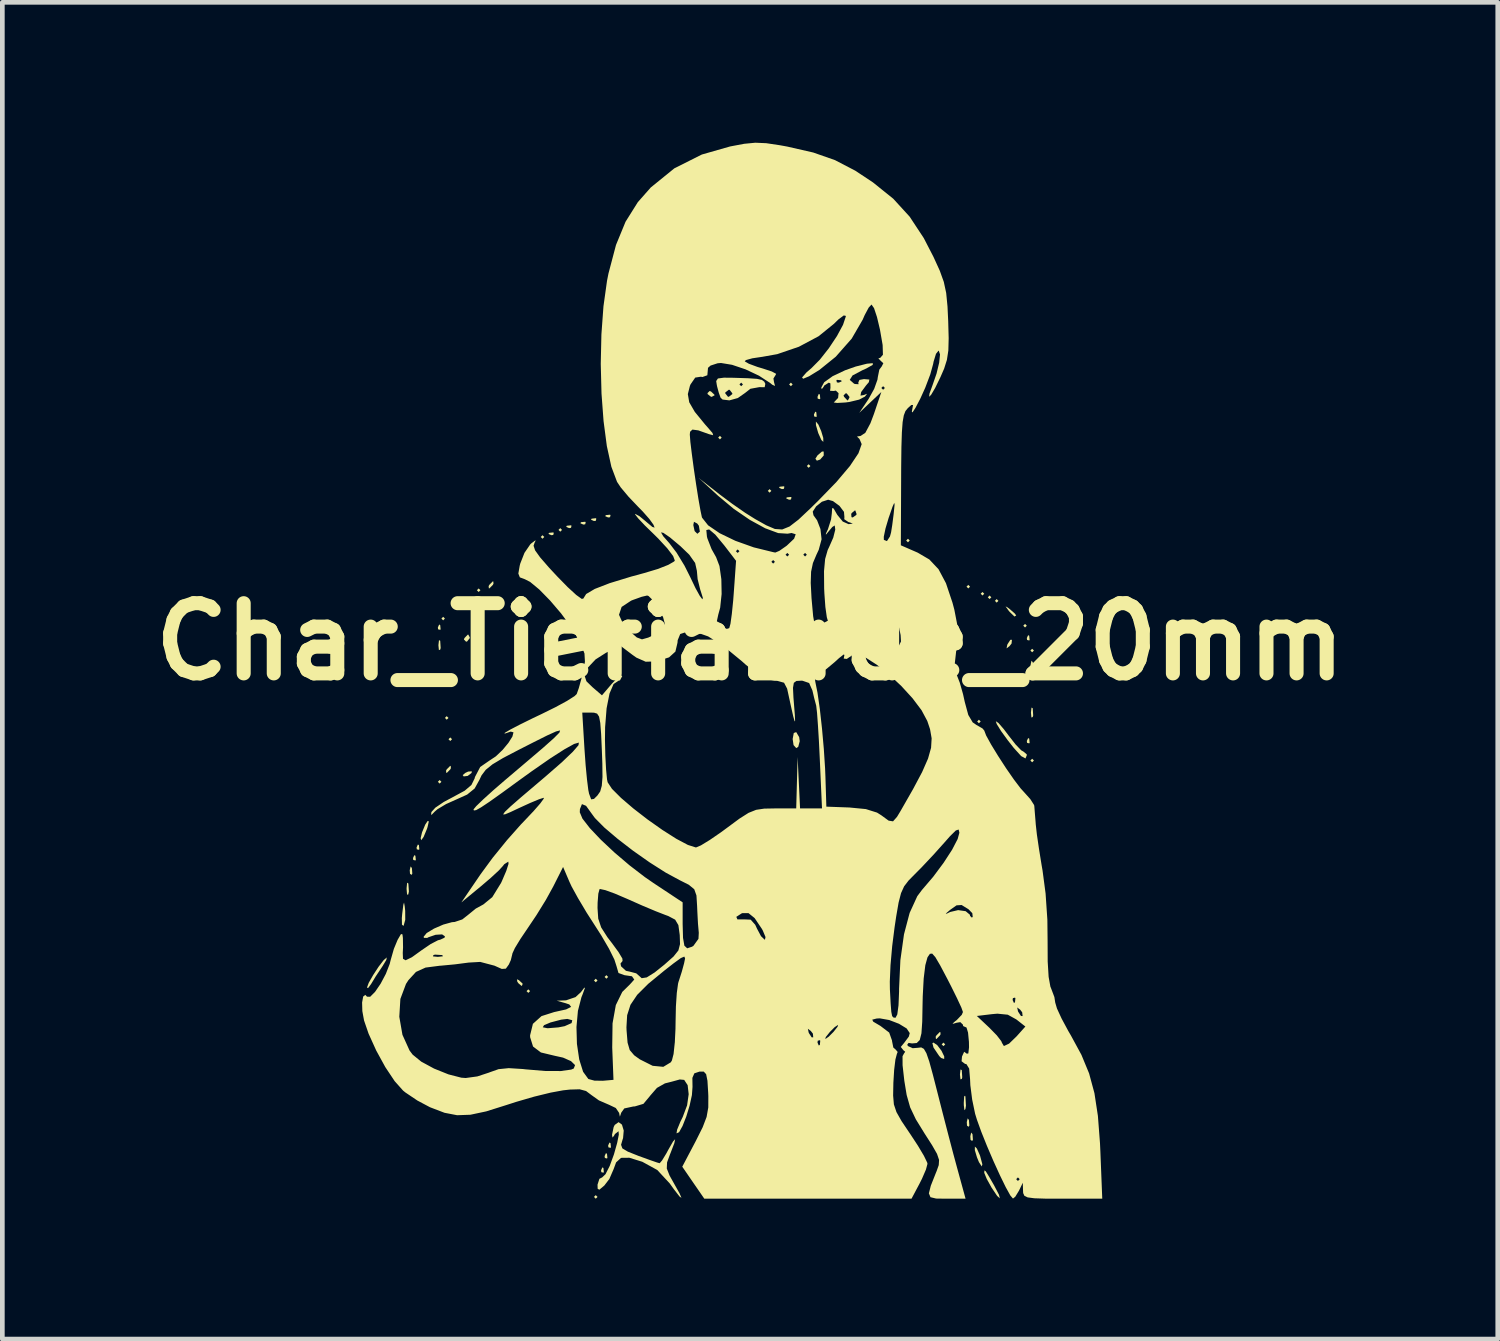
<source format=kicad_pcb>
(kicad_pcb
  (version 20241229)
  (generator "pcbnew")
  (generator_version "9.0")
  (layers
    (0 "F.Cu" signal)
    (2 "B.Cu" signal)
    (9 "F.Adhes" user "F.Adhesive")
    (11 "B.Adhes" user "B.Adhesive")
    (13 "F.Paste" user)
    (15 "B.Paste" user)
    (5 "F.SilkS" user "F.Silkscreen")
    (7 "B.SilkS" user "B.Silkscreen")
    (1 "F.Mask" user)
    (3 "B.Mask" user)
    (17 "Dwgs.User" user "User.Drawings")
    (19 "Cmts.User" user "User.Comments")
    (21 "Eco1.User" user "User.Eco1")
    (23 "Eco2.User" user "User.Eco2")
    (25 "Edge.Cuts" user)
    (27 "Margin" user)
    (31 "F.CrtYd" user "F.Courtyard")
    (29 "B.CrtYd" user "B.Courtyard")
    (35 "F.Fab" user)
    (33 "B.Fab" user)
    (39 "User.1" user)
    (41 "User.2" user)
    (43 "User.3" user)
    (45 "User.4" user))
  (footprint "Char_TieriaErde_20mm"
    (layer "F.Cu")
    (at 12.979 10.662)
    (property "Reference" "Char_TieriaErde_20mm" (at 0 0 0) (layer "F.SilkS") (effects (font (size 1.5 1.5) (thickness 0.3))))
    (attr board_only exclude_from_pos_files exclude_from_bom)
    (fp_poly (pts (xy -6.596 2.995) (xy -6.634 3.033) (xy -6.672 2.995) (xy -6.634 2.957)) (stroke (width 0) (type solid)) (fill yes) (layer "F.SilkS"))
    (fp_poly (pts (xy -6.521 -0.493) (xy -6.559 -0.455) (xy -6.596 -0.493) (xy -6.559 -0.531)) (stroke (width 0) (type solid)) (fill yes) (layer "F.SilkS"))
    (fp_poly (pts (xy -6.445 1.63) (xy -6.483 1.668) (xy -6.521 1.63) (xy -6.483 1.592)) (stroke (width 0) (type solid)) (fill yes) (layer "F.SilkS"))
    (fp_poly (pts (xy -6.369 2.085) (xy -6.407 2.123) (xy -6.445 2.085) (xy -6.407 2.047)) (stroke (width 0) (type solid)) (fill yes) (layer "F.SilkS"))
    (fp_poly (pts (xy -5.762 -1.099) (xy -5.8 -1.061) (xy -5.838 -1.099) (xy -5.8 -1.137)) (stroke (width 0) (type solid)) (fill yes) (layer "F.SilkS"))
    (fp_poly (pts (xy -4.701 7.468) (xy -4.739 7.506) (xy -4.777 7.468) (xy -4.739 7.43)) (stroke (width 0) (type solid)) (fill yes) (layer "F.SilkS"))
    (fp_poly (pts (xy -4.398 -2.237) (xy -4.436 -2.199) (xy -4.473 -2.237) (xy -4.436 -2.275)) (stroke (width 0) (type solid)) (fill yes) (layer "F.SilkS"))
    (fp_poly (pts (xy -4.019 -2.388) (xy -4.056 -2.35) (xy -4.094 -2.388) (xy -4.056 -2.426)) (stroke (width 0) (type solid)) (fill yes) (layer "F.SilkS"))
    (fp_poly (pts (xy -3.26 7.241) (xy -3.298 7.279) (xy -3.336 7.241) (xy -3.298 7.203)) (stroke (width 0) (type solid)) (fill yes) (layer "F.SilkS"))
    (fp_poly (pts (xy -3.26 11.866) (xy -3.298 11.904) (xy -3.336 11.866) (xy -3.298 11.828)) (stroke (width 0) (type solid)) (fill yes) (layer "F.SilkS"))
    (fp_poly (pts (xy -3.033 7.165) (xy -3.071 7.203) (xy -3.109 7.165) (xy -3.071 7.127)) (stroke (width 0) (type solid)) (fill yes) (layer "F.SilkS"))
    (fp_poly (pts (xy -0.607 -4.36) (xy -0.644 -4.322) (xy -0.682 -4.36) (xy -0.644 -4.398)) (stroke (width 0) (type solid)) (fill yes) (layer "F.SilkS"))
    (fp_poly (pts (xy 0.455 -3.222) (xy 0.417 -3.184) (xy 0.379 -3.222) (xy 0.417 -3.26)) (stroke (width 0) (type solid)) (fill yes) (layer "F.SilkS"))
    (fp_poly (pts (xy 0.91 -5.497) (xy 0.872 -5.459) (xy 0.834 -5.497) (xy 0.872 -5.535)) (stroke (width 0) (type solid)) (fill yes) (layer "F.SilkS"))
    (fp_poly (pts (xy 1.289 -3.753) (xy 1.251 -3.715) (xy 1.213 -3.753) (xy 1.251 -3.791)) (stroke (width 0) (type solid)) (fill yes) (layer "F.SilkS"))
    (fp_poly (pts (xy 3.412 -2.161) (xy 3.374 -2.123) (xy 3.336 -2.161) (xy 3.374 -2.199)) (stroke (width 0) (type solid)) (fill yes) (layer "F.SilkS"))
    (fp_poly (pts (xy 4.17 8.606) (xy 4.132 8.644) (xy 4.094 8.606) (xy 4.132 8.568)) (stroke (width 0) (type solid)) (fill yes) (layer "F.SilkS"))
    (fp_poly (pts (xy 4.701 -1.175) (xy 4.663 -1.137) (xy 4.625 -1.175) (xy 4.663 -1.213)) (stroke (width 0) (type solid)) (fill yes) (layer "F.SilkS"))
    (fp_poly (pts (xy 4.928 1.706) (xy 4.89 1.744) (xy 4.853 1.706) (xy 4.89 1.668)) (stroke (width 0) (type solid)) (fill yes) (layer "F.SilkS"))
    (fp_poly (pts (xy 5.004 -1.024) (xy 4.966 -0.986) (xy 4.928 -1.024) (xy 4.966 -1.061)) (stroke (width 0) (type solid)) (fill yes) (layer "F.SilkS"))
    (fp_poly (pts (xy 5.156 -0.948) (xy 5.118 -0.91) (xy 5.08 -0.948) (xy 5.118 -0.986)) (stroke (width 0) (type solid)) (fill yes) (layer "F.SilkS"))
    (fp_poly (pts (xy 5.307 -0.872) (xy 5.27 -0.834) (xy 5.232 -0.872) (xy 5.27 -0.91)) (stroke (width 0) (type solid)) (fill yes) (layer "F.SilkS"))
    (fp_poly (pts (xy 5.914 -0.341) (xy 5.876 -0.303) (xy 5.838 -0.341) (xy 5.876 -0.379)) (stroke (width 0) (type solid)) (fill yes) (layer "F.SilkS"))
    (fp_poly (pts (xy 6.066 0.19) (xy 6.028 0.227) (xy 5.99 0.19) (xy 6.028 0.152)) (stroke (width 0) (type solid)) (fill yes) (layer "F.SilkS"))
    (fp_poly (pts (xy 6.066 2.54) (xy 6.028 2.578) (xy 5.99 2.54) (xy 6.028 2.502)) (stroke (width 0) (type solid)) (fill yes) (layer "F.SilkS"))
    (fp_poly (pts (xy -7.227 4.838) (xy -7.218 4.957) (xy -7.233 4.984) (xy -7.267 4.961) (xy -7.273 4.884) (xy -7.254 4.803)) (stroke (width 0) (type solid)) (fill yes) (layer "F.SilkS"))
    (fp_poly (pts (xy -7.152 4.575) (xy -7.143 4.665) (xy -7.152 4.676) (xy -7.198 4.665) (xy -7.203 4.625) (xy -7.175 4.563)) (stroke (width 0) (type solid)) (fill yes) (layer "F.SilkS"))
    (fp_poly (pts (xy -7.077 4.347) (xy -7.068 4.437) (xy -7.077 4.448) (xy -7.122 4.438) (xy -7.127 4.398) (xy -7.099 4.335)) (stroke (width 0) (type solid)) (fill yes) (layer "F.SilkS"))
    (fp_poly (pts (xy -6.622 -0.019) (xy -6.612 0.136) (xy -6.622 0.171) (xy -6.65 0.18) (xy -6.66 0.076) (xy -6.648 -0.032)) (stroke (width 0) (type solid)) (fill yes) (layer "F.SilkS"))
    (fp_poly (pts (xy -6.622 -0.354) (xy -6.613 -0.264) (xy -6.622 -0.253) (xy -6.667 -0.263) (xy -6.672 -0.303) (xy -6.644 -0.366)) (stroke (width 0) (type solid)) (fill yes) (layer "F.SilkS"))
    (fp_poly (pts (xy -4.195 -2.325) (xy -4.206 -2.28) (xy -4.246 -2.275) (xy -4.308 -2.302) (xy -4.297 -2.325) (xy -4.207 -2.334)) (stroke (width 0) (type solid)) (fill yes) (layer "F.SilkS"))
    (fp_poly (pts (xy -3.816 -2.477) (xy -3.827 -2.432) (xy -3.867 -2.426) (xy -3.929 -2.454) (xy -3.917 -2.477) (xy -3.827 -2.486)) (stroke (width 0) (type solid)) (fill yes) (layer "F.SilkS"))
    (fp_poly (pts (xy -3.513 -2.553) (xy -3.523 -2.508) (xy -3.564 -2.502) (xy -3.626 -2.53) (xy -3.614 -2.553) (xy -3.524 -2.562)) (stroke (width 0) (type solid)) (fill yes) (layer "F.SilkS"))
    (fp_poly (pts (xy -3.286 -2.628) (xy -3.296 -2.583) (xy -3.336 -2.578) (xy -3.399 -2.606) (xy -3.387 -2.628) (xy -3.297 -2.638)) (stroke (width 0) (type solid)) (fill yes) (layer "F.SilkS"))
    (fp_poly (pts (xy -3.134 11.247) (xy -3.125 11.337) (xy -3.134 11.348) (xy -3.179 11.337) (xy -3.184 11.297) (xy -3.157 11.235)) (stroke (width 0) (type solid)) (fill yes) (layer "F.SilkS"))
    (fp_poly (pts (xy -3.058 10.943) (xy -3.049 11.033) (xy -3.058 11.045) (xy -3.103 11.034) (xy -3.109 10.994) (xy -3.081 10.932)) (stroke (width 0) (type solid)) (fill yes) (layer "F.SilkS"))
    (fp_poly (pts (xy -2.982 -2.704) (xy -2.993 -2.659) (xy -3.033 -2.654) (xy -3.095 -2.681) (xy -3.083 -2.704) (xy -2.993 -2.713)) (stroke (width 0) (type solid)) (fill yes) (layer "F.SilkS"))
    (fp_poly (pts (xy -2.982 10.716) (xy -2.973 10.806) (xy -2.982 10.817) (xy -3.027 10.807) (xy -3.033 10.767) (xy -3.005 10.704)) (stroke (width 0) (type solid)) (fill yes) (layer "F.SilkS"))
    (fp_poly (pts (xy 0.733 -3.311) (xy 0.723 -3.266) (xy 0.682 -3.26) (xy 0.62 -3.288) (xy 0.632 -3.311) (xy 0.722 -3.32)) (stroke (width 0) (type solid)) (fill yes) (layer "F.SilkS"))
    (fp_poly (pts (xy 0.885 -3.083) (xy 0.874 -3.038) (xy 0.834 -3.033) (xy 0.772 -3.061) (xy 0.783 -3.083) (xy 0.873 -3.092)) (stroke (width 0) (type solid)) (fill yes) (layer "F.SilkS"))
    (fp_poly (pts (xy 1.415 -4.903) (xy 1.424 -4.813) (xy 1.415 -4.802) (xy 1.37 -4.812) (xy 1.365 -4.853) (xy 1.393 -4.915)) (stroke (width 0) (type solid)) (fill yes) (layer "F.SilkS"))
    (fp_poly (pts (xy 1.491 -5.282) (xy 1.5 -5.192) (xy 1.491 -5.181) (xy 1.446 -5.192) (xy 1.441 -5.232) (xy 1.468 -5.294)) (stroke (width 0) (type solid)) (fill yes) (layer "F.SilkS"))
    (fp_poly (pts (xy 4.524 9.155) (xy 4.534 9.311) (xy 4.524 9.345) (xy 4.496 9.354) (xy 4.485 9.25) (xy 4.497 9.143)) (stroke (width 0) (type solid)) (fill yes) (layer "F.SilkS"))
    (fp_poly (pts (xy 4.677 10.222) (xy 4.686 10.34) (xy 4.671 10.367) (xy 4.636 10.344) (xy 4.631 10.267) (xy 4.65 10.187)) (stroke (width 0) (type solid)) (fill yes) (layer "F.SilkS"))
    (fp_poly (pts (xy 4.753 10.525) (xy 4.762 10.643) (xy 4.747 10.67) (xy 4.712 10.648) (xy 4.707 10.571) (xy 4.725 10.49)) (stroke (width 0) (type solid)) (fill yes) (layer "F.SilkS"))
    (fp_poly (pts (xy 5.965 -0.126) (xy 5.974 -0.036) (xy 5.965 -0.025) (xy 5.92 -0.036) (xy 5.914 -0.076) (xy 5.942 -0.138)) (stroke (width 0) (type solid)) (fill yes) (layer "F.SilkS"))
    (fp_poly (pts (xy 5.965 2.072) (xy 5.974 2.162) (xy 5.965 2.174) (xy 5.92 2.163) (xy 5.914 2.123) (xy 5.942 2.061)) (stroke (width 0) (type solid)) (fill yes) (layer "F.SilkS"))
    (fp_poly (pts (xy 6.04 1.422) (xy 6.05 1.577) (xy 6.04 1.611) (xy 6.012 1.621) (xy 6.002 1.516) (xy 6.014 1.409)) (stroke (width 0) (type solid)) (fill yes) (layer "F.SilkS"))
    (fp_poly (pts (xy 6.042 0.441) (xy 6.051 0.559) (xy 6.036 0.586) (xy 6.001 0.563) (xy 5.996 0.487) (xy 6.014 0.406)) (stroke (width 0) (type solid)) (fill yes) (layer "F.SilkS"))
    (fp_poly (pts (xy -5.952 2.806) (xy -6.034 2.869) (xy -6.12 2.88) (xy -6.141 2.851) (xy -6.082 2.803) (xy -6.024 2.776) (xy -5.946 2.771)) (stroke (width 0) (type solid)) (fill yes) (layer "F.SilkS"))
    (fp_poly (pts (xy -4.94 7.234) (xy -4.859 7.31) (xy -4.875 7.354) (xy -4.886 7.355) (xy -4.95 7.301) (xy -4.974 7.267) (xy -4.982 7.215)) (stroke (width 0) (type solid)) (fill yes) (layer "F.SilkS"))
    (fp_poly (pts (xy 1.574 -3.979) (xy 1.498 -3.892) (xy 1.427 -3.867) (xy 1.396 -3.91) (xy 1.442 -3.982) (xy 1.535 -4.062) (xy 1.573 -4.063)) (stroke (width 0) (type solid)) (fill yes) (layer "F.SilkS"))
    (fp_poly (pts (xy 5.588 0.04) (xy 5.544 0.096) (xy 5.481 0.144) (xy 5.496 0.068) (xy 5.502 0.054) (xy 5.562 -0.039) (xy 5.596 -0.04)) (stroke (width 0) (type solid)) (fill yes) (layer "F.SilkS"))
    (fp_poly (pts (xy -7.306 5.163) (xy -7.302 5.176) (xy -7.291 5.341) (xy -7.305 5.404) (xy -7.33 5.406) (xy -7.34 5.288) (xy -7.34 5.27) (xy -7.329 5.152)) (stroke (width 0) (type solid)) (fill yes) (layer "F.SilkS"))
    (fp_poly (pts (xy -6.393 2.703) (xy -6.407 2.73) (xy -6.478 2.802) (xy -6.492 2.805) (xy -6.497 2.756) (xy -6.483 2.73) (xy -6.411 2.657) (xy -6.398 2.654)) (stroke (width 0) (type solid)) (fill yes) (layer "F.SilkS"))
    (fp_poly (pts (xy -5.991 -0.093) (xy -5.99 -0.076) (xy -6.048 -0.003) (xy -6.07 -0.000001) (xy -6.115 -0.046) (xy -6.104 -0.076) (xy -6.035 -0.148) (xy -6.023 -0.152)) (stroke (width 0) (type solid)) (fill yes) (layer "F.SilkS"))
    (fp_poly (pts (xy -5.786 -0.027) (xy -5.8 -0.000001) (xy -5.872 0.072) (xy -5.885 0.076) (xy -5.89 0.027) (xy -5.876 -0.000001) (xy -5.805 -0.072) (xy -5.791 -0.076)) (stroke (width 0) (type solid)) (fill yes) (layer "F.SilkS"))
    (fp_poly (pts (xy -5.483 -1.24) (xy -5.497 -1.213) (xy -5.568 -1.141) (xy -5.582 -1.137) (xy -5.587 -1.186) (xy -5.573 -1.213) (xy -5.501 -1.286) (xy -5.488 -1.289)) (stroke (width 0) (type solid)) (fill yes) (layer "F.SilkS"))
    (fp_poly (pts (xy -0.834 -5.345) (xy -0.762 -5.277) (xy -0.758 -5.265) (xy -0.817 -5.233) (xy -0.834 -5.232) (xy -0.907 -5.29) (xy -0.91 -5.312) (xy -0.863 -5.357)) (stroke (width 0) (type solid)) (fill yes) (layer "F.SilkS"))
    (fp_poly (pts (xy 1.049 2.04) (xy 1.061 2.127) (xy 1.029 2.248) (xy 0.986 2.275) (xy 0.929 2.21) (xy 0.91 2.081) (xy 0.934 1.952) (xy 0.986 1.933)) (stroke (width 0) (type solid)) (fill yes) (layer "F.SilkS"))
    (fp_poly (pts (xy 4.071 8.389) (xy 4.056 8.416) (xy 3.985 8.489) (xy 3.972 8.492) (xy 3.966 8.443) (xy 3.981 8.416) (xy 4.052 8.344) (xy 4.065 8.34)) (stroke (width 0) (type solid)) (fill yes) (layer "F.SilkS"))
    (fp_poly (pts (xy 4.602 9.724) (xy 4.613 9.916) (xy 4.602 9.989) (xy 4.58 10.013) (xy 4.568 9.908) (xy 4.567 9.857) (xy 4.575 9.719) (xy 4.594 9.703)) (stroke (width 0) (type solid)) (fill yes) (layer "F.SilkS"))
    (fp_poly (pts (xy 5.499 -0.734) (xy 5.554 -0.692) (xy 5.659 -0.599) (xy 5.687 -0.559) (xy 5.65 -0.537) (xy 5.549 -0.634) (xy 5.525 -0.663) (xy 5.46 -0.753)) (stroke (width 0) (type solid)) (fill yes) (layer "F.SilkS"))
    (fp_poly (pts (xy -6.865 3.841) (xy -6.892 3.961) (xy -6.905 4.001) (xy -6.976 4.172) (xy -7.027 4.243) (xy -7.04 4.201) (xy -7.01 4.075) (xy -6.941 3.908) (xy -6.889 3.831)) (stroke (width 0) (type solid)) (fill yes) (layer "F.SilkS"))
    (fp_poly (pts (xy 3.999 8.622) (xy 4.09 8.742) (xy 4.149 8.864) (xy 4.148 8.918) (xy 4.082 8.897) (xy 4.041 8.854) (xy 3.92 8.674) (xy 3.896 8.579) (xy 3.92 8.568)) (stroke (width 0) (type solid)) (fill yes) (layer "F.SilkS"))
    (fp_poly (pts (xy 4.846 10.831) (xy 4.909 10.971) (xy 4.916 10.99) (xy 4.964 11.169) (xy 4.951 11.215) (xy 4.891 11.123) (xy 4.849 11.021) (xy 4.803 10.867) (xy 4.804 10.79)) (stroke (width 0) (type solid)) (fill yes) (layer "F.SilkS"))
    (fp_poly (pts (xy -7.38 5.659) (xy -7.37 5.753) (xy -7.369 5.945) (xy -7.403 6.068) (xy -7.408 6.073) (xy -7.439 6.048) (xy -7.442 5.908) (xy -7.434 5.817) (xy -7.41 5.625) (xy -7.395 5.575)) (stroke (width 0) (type solid)) (fill yes) (layer "F.SilkS"))
    (fp_poly (pts (xy 1.46 -4.639) (xy 1.52 -4.499) (xy 1.564 -4.353) (xy 1.565 -4.27) (xy 1.565 -4.269) (xy 1.523 -4.31) (xy 1.46 -4.45) (xy 1.453 -4.47) (xy 1.408 -4.627) (xy 1.406 -4.7) (xy 1.409 -4.701)) (stroke (width 0) (type solid)) (fill yes) (layer "F.SilkS"))
    (fp_poly (pts (xy 5.037 11.319) (xy 5.104 11.427) (xy 5.215 11.62) (xy 5.319 11.82) (xy 5.338 11.897) (xy 5.281 11.846) (xy 5.156 11.66) (xy 5.155 11.657) (xy 5.057 11.48) (xy 5.006 11.355) (xy 5.004 11.342) (xy 5.009 11.299)) (stroke (width 0) (type solid)) (fill yes) (layer "F.SilkS"))
    (fp_poly (pts (xy -7.774 6.802) (xy -7.853 6.933) (xy -7.869 6.957) (xy -7.999 7.152) (xy -8.099 7.317) (xy -8.164 7.404) (xy -8.186 7.391) (xy -8.149 7.29) (xy -8.056 7.127) (xy -7.94 6.949) (xy -7.831 6.807) (xy -7.764 6.748) (xy -7.764 6.748)) (stroke (width 0) (type solid)) (fill yes) (layer "F.SilkS"))
    (fp_poly (pts (xy 5.308 1.738) (xy 5.422 1.87) (xy 5.527 2.009) (xy 5.674 2.197) (xy 5.793 2.321) (xy 5.843 2.35) (xy 5.912 2.408) (xy 5.914 2.426) (xy 5.885 2.496) (xy 5.794 2.446) (xy 5.636 2.272) (xy 5.51 2.112) (xy 5.364 1.911) (xy 5.271 1.761) (xy 5.251 1.7)) (stroke (width 0) (type solid)) (fill yes) (layer "F.SilkS"))
    (fp_poly (pts (xy -0.357 -5.639) (xy -0.045 -5.629) (xy 0.148 -5.616) (xy 0.253 -5.593) (xy 0.304 -5.555) (xy 0.326 -5.509) (xy 0.312 -5.437) (xy 0.199 -5.439) (xy 0.007 -5.404) (xy -0.109 -5.313) (xy -0.262 -5.206) (xy -0.442 -5.156) (xy -0.588 -5.174) (xy -0.63 -5.213) (xy -0.664 -5.307) (xy -0.531 -5.307) (xy -0.473 -5.234) (xy -0.455 -5.232) (xy -0.381 -5.289) (xy -0.379 -5.307) (xy -0.437 -5.381) (xy -0.455 -5.383) (xy -0.529 -5.326) (xy -0.531 -5.307) (xy -0.664 -5.307) (xy -0.67 -5.324) (xy -0.706 -5.459) (xy -0.713 -5.497) (xy -0.227 -5.497) (xy -0.19 -5.459) (xy -0.152 -5.497) (xy -0.19 -5.535) (xy -0.227 -5.497) (xy -0.713 -5.497) (xy -0.724 -5.569) (xy -0.687 -5.624) (xy -0.56 -5.641)) (stroke (width 0) (type solid)) (fill yes) (layer "F.SilkS"))
    (fp_poly (pts (xy -2.738 10.321) (xy -2.7 10.448) (xy -2.714 10.609) (xy -2.724 10.639) (xy -2.757 10.752) (xy -2.729 10.829) (xy -2.613 10.898) (xy -2.383 10.99) (xy -2.382 10.99) (xy -2.153 11.073) (xy -1.989 11.13) (xy -1.932 11.146) (xy -1.88 11.085) (xy -1.788 10.934) (xy -1.749 10.861) (xy -1.645 10.679) (xy -1.601 10.633) (xy -1.619 10.718) (xy -1.7 10.93) (xy -1.71 10.953) (xy -1.774 11.128) (xy -1.78 11.259) (xy -1.72 11.41) (xy -1.631 11.569) (xy -1.507 11.79) (xy -1.466 11.886) (xy -1.508 11.857) (xy -1.628 11.702) (xy -1.717 11.578) (xy -1.983 11.291) (xy -2.303 11.115) (xy -2.58 11.029) (xy -2.757 11.031) (xy -2.863 11.128) (xy -2.916 11.272) (xy -3.007 11.482) (xy -3.115 11.623) (xy -3.221 11.712) (xy -3.257 11.692) (xy -3.26 11.604) (xy -3.22 11.479) (xy -3.161 11.449) (xy -3.09 11.381) (xy -2.999 11.203) (xy -2.909 10.956) (xy -2.84 10.711) (xy -2.805 10.535) (xy -2.811 10.463) (xy -2.812 10.463) (xy -2.888 10.522) (xy -2.907 10.558) (xy -2.94 10.598) (xy -2.95 10.539) (xy -2.915 10.372) (xy -2.892 10.327) (xy -2.81 10.268)) (stroke (width 0) (type solid)) (fill yes) (layer "F.SilkS"))
    (fp_poly (pts (xy 2.621 -5.915) (xy 2.485 -5.838) (xy 2.4 -5.8) (xy 2.19 -5.689) (xy 2.13 -5.594) (xy 2.221 -5.514) (xy 2.241 -5.506) (xy 2.319 -5.501) (xy 2.312 -5.536) (xy 2.337 -5.593) (xy 2.434 -5.611) (xy 2.549 -5.601) (xy 2.538 -5.545) (xy 2.476 -5.472) (xy 2.374 -5.334) (xy 2.359 -5.258) (xy 2.436 -5.271) (xy 2.445 -5.276) (xy 2.501 -5.297) (xy 2.454 -5.237) (xy 2.33 -5.172) (xy 2.121 -5.122) (xy 2.037 -5.111) (xy 1.861 -5.101) (xy 1.788 -5.111) (xy 1.801 -5.124) (xy 1.881 -5.209) (xy 1.886 -5.261) (xy 1.997 -5.261) (xy 2.009 -5.232) (xy 2.077 -5.159) (xy 2.09 -5.156) (xy 2.122 -5.214) (xy 2.123 -5.232) (xy 2.065 -5.305) (xy 2.043 -5.307) (xy 1.997 -5.261) (xy 1.886 -5.261) (xy 1.891 -5.31) (xy 1.832 -5.365) (xy 1.786 -5.357) (xy 1.709 -5.361) (xy 1.718 -5.425) (xy 1.716 -5.52) (xy 1.682 -5.535) (xy 1.587 -5.475) (xy 1.567 -5.44) (xy 1.531 -5.395) (xy 1.522 -5.431) (xy 1.584 -5.544) (xy 1.642 -5.585) (xy 1.845 -5.585) (xy 1.855 -5.54) (xy 1.896 -5.535) (xy 1.958 -5.563) (xy 1.946 -5.585) (xy 1.856 -5.595) (xy 1.845 -5.585) (xy 1.642 -5.585) (xy 1.764 -5.673) (xy 2.03 -5.799) (xy 2.257 -5.879) (xy 2.498 -5.94) (xy 2.623 -5.951)) (stroke (width 0) (type solid)) (fill yes) (layer "F.SilkS"))
    (fp_poly (pts (xy 0.345 -10.652) (xy 0.639 -10.608) (xy 0.793 -10.58) (xy 1.349 -10.453) (xy 1.815 -10.29) (xy 2.249 -10.064) (xy 2.625 -9.815) (xy 3.06 -9.465) (xy 3.41 -9.082) (xy 3.712 -8.624) (xy 3.919 -8.223) (xy 4.054 -7.927) (xy 4.14 -7.688) (xy 4.191 -7.451) (xy 4.219 -7.162) (xy 4.234 -6.849) (xy 4.244 -6.483) (xy 4.237 -6.222) (xy 4.206 -6.021) (xy 4.147 -5.834) (xy 4.069 -5.655) (xy 3.955 -5.421) (xy 3.87 -5.277) (xy 3.826 -5.233) (xy 3.834 -5.301) (xy 3.898 -5.478) (xy 3.985 -5.729) (xy 4.041 -5.962) (xy 4.059 -6.138) (xy 4.033 -6.216) (xy 4.026 -6.217) (xy 3.973 -6.151) (xy 3.922 -5.985) (xy 3.912 -5.933) (xy 3.851 -5.711) (xy 3.743 -5.426) (xy 3.638 -5.194) (xy 3.535 -4.997) (xy 3.47 -4.898) (xy 3.457 -4.917) (xy 3.459 -4.928) (xy 3.483 -5.058) (xy 3.445 -5.057) (xy 3.369 -4.988) (xy 3.32 -4.927) (xy 3.285 -4.835) (xy 3.26 -4.691) (xy 3.244 -4.473) (xy 3.234 -4.158) (xy 3.229 -3.724) (xy 3.228 -3.458) (xy 3.222 -2.059) (xy 3.58 -1.903) (xy 3.831 -1.756) (xy 4.027 -1.548) (xy 4.186 -1.249) (xy 4.325 -0.834) (xy 4.365 -0.684) (xy 4.434 -0.327) (xy 4.434 -0.012) (xy 4.408 0.168) (xy 4.373 0.482) (xy 4.405 0.688) (xy 4.42 0.72) (xy 4.482 0.879) (xy 4.551 1.122) (xy 4.588 1.289) (xy 4.663 1.566) (xy 4.757 1.725) (xy 4.838 1.781) (xy 4.966 1.854) (xy 5.004 1.899) (xy 5.045 2.006) (xy 5.152 2.2) (xy 5.302 2.445) (xy 5.472 2.707) (xy 5.64 2.949) (xy 5.782 3.136) (xy 5.847 3.207) (xy 5.988 3.364) (xy 6.068 3.489) (xy 6.074 3.511) (xy 6.084 3.641) (xy 6.101 3.849) (xy 6.105 3.905) (xy 6.129 4.12) (xy 6.174 4.428) (xy 6.23 4.775) (xy 6.25 4.89) (xy 6.315 5.382) (xy 6.353 5.942) (xy 6.358 6.407) (xy 6.36 6.835) (xy 6.38 7.163) (xy 6.417 7.37) (xy 6.432 7.407) (xy 6.503 7.595) (xy 6.521 7.712) (xy 6.558 7.839) (xy 6.657 8.054) (xy 6.8 8.32) (xy 6.858 8.419) (xy 7.081 8.83) (xy 7.245 9.227) (xy 7.359 9.649) (xy 7.433 10.135) (xy 7.478 10.723) (xy 7.486 10.899) (xy 7.526 11.904) (xy 6.682 11.904) (xy 6.315 11.903) (xy 6.074 11.895) (xy 5.931 11.876) (xy 5.861 11.841) (xy 5.836 11.784) (xy 5.833 11.733) (xy 5.828 11.563) (xy 5.746 11.733) (xy 5.667 11.862) (xy 5.618 11.901) (xy 5.561 11.834) (xy 5.463 11.657) (xy 5.38 11.487) (xy 5.687 11.487) (xy 5.724 11.525) (xy 5.762 11.487) (xy 5.724 11.449) (xy 5.687 11.487) (xy 5.38 11.487) (xy 5.338 11.401) (xy 5.2 11.098) (xy 5.063 10.778) (xy 4.941 10.474) (xy 4.848 10.216) (xy 4.809 10.089) (xy 4.746 9.785) (xy 4.707 9.479) (xy 4.701 9.348) (xy 4.682 9.123) (xy 4.623 9.028) (xy 4.594 9.023) (xy 4.52 8.967) (xy 4.529 8.865) (xy 4.575 8.764) (xy 4.631 8.805) (xy 4.664 8.8) (xy 4.679 8.669) (xy 4.677 8.553) (xy 4.658 8.355) (xy 4.625 8.246) (xy 4.606 8.238) (xy 4.553 8.215) (xy 4.549 8.185) (xy 4.493 8.131) (xy 4.417 8.143) (xy 4.326 8.17) (xy 4.356 8.134) (xy 4.417 8.086) (xy 4.5 7.999) (xy 4.846 7.999) (xy 5.115 8.252) (xy 5.272 8.413) (xy 5.368 8.537) (xy 5.383 8.574) (xy 5.424 8.642) (xy 5.535 8.59) (xy 5.696 8.434) (xy 5.883 8.225) (xy 5.69 8.073) (xy 5.507 7.972) (xy 5.285 7.95) (xy 5.171 7.96) (xy 4.846 7.999) (xy 4.5 7.999) (xy 4.523 7.976) (xy 4.549 7.915) (xy 4.516 7.822) (xy 4.514 7.817) (xy 5.708 7.817) (xy 5.724 7.893) (xy 5.729 7.908) (xy 5.789 8) (xy 5.824 8.001) (xy 5.815 7.921) (xy 5.772 7.865) (xy 5.708 7.817) (xy 4.514 7.817) (xy 4.44 7.658) (xy 5.611 7.658) (xy 5.638 7.72) (xy 5.661 7.708) (xy 5.67 7.618) (xy 5.661 7.607) (xy 5.616 7.618) (xy 5.611 7.658) (xy 4.44 7.658) (xy 4.427 7.629) (xy 4.298 7.368) (xy 4.217 7.21) (xy 4.062 6.917) (xy 3.959 6.742) (xy 3.892 6.666) (xy 3.843 6.671) (xy 3.796 6.739) (xy 3.79 6.75) (xy 3.745 6.914) (xy 3.71 7.199) (xy 3.69 7.576) (xy 3.686 7.747) (xy 3.679 8.122) (xy 3.662 8.37) (xy 3.626 8.513) (xy 3.562 8.577) (xy 3.462 8.586) (xy 3.387 8.575) (xy 3.359 8.612) (xy 3.373 8.642) (xy 3.475 8.688) (xy 3.587 8.679) (xy 3.657 8.671) (xy 3.714 8.702) (xy 3.768 8.795) (xy 3.829 8.971) (xy 3.906 9.252) (xy 3.997 9.607) (xy 4.11 10.05) (xy 4.23 10.514) (xy 4.342 10.941) (xy 4.423 11.24) (xy 4.605 11.904) (xy 4.193 11.904) (xy 3.976 11.901) (xy 3.855 11.872) (xy 3.821 11.79) (xy 3.862 11.627) (xy 3.97 11.354) (xy 3.987 11.313) (xy 4.032 11.186) (xy 4.039 11.076) (xy 3.995 10.946) (xy 3.889 10.76) (xy 3.733 10.517) (xy 3.542 10.207) (xy 3.421 9.952) (xy 3.346 9.687) (xy 3.296 9.383) (xy 3.259 9.052) (xy 3.258 8.859) (xy 3.293 8.794) (xy 3.295 8.794) (xy 3.315 8.763) (xy 3.276 8.731) (xy 3.221 8.661) (xy 3.295 8.571) (xy 3.393 8.439) (xy 3.412 8.365) (xy 3.346 8.266) (xy 3.182 8.166) (xy 2.974 8.086) (xy 2.772 8.05) (xy 2.703 8.054) (xy 2.611 8.078) (xy 2.632 8.121) (xy 2.776 8.206) (xy 2.786 8.212) (xy 2.973 8.354) (xy 3.033 8.523) (xy 3.033 8.532) (xy 3.061 8.673) (xy 3.113 8.719) (xy 3.154 8.768) (xy 3.137 8.811) (xy 3.106 8.929) (xy 3.079 9.151) (xy 3.062 9.43) (xy 3.062 9.437) (xy 3.057 9.699) (xy 3.073 9.888) (xy 3.128 10.053) (xy 3.236 10.244) (xy 3.414 10.509) (xy 3.418 10.514) (xy 3.587 10.772) (xy 3.716 10.989) (xy 3.785 11.132) (xy 3.791 11.159) (xy 3.758 11.282) (xy 3.673 11.479) (xy 3.621 11.582) (xy 3.45 11.904) (xy 1.236 11.904) (xy -0.978 11.904) (xy -1.214 11.562) (xy -1.449 11.22) (xy -1.16 10.671) (xy -1.013 10.377) (xy -0.929 10.157) (xy -0.893 9.954) (xy -0.892 9.712) (xy -0.895 9.643) (xy -0.911 9.383) (xy -0.939 9.243) (xy -0.99 9.188) (xy -1.08 9.188) (xy -1.084 9.189) (xy -1.191 9.225) (xy -1.233 9.322) (xy -1.23 9.516) (xy -1.243 9.69) (xy -1.292 9.914) (xy -1.363 10.147) (xy -1.443 10.35) (xy -1.517 10.483) (xy -1.572 10.508) (xy -1.559 10.429) (xy -1.491 10.263) (xy -1.439 10.157) (xy -1.346 9.909) (xy -1.312 9.671) (xy -1.334 9.478) (xy -1.408 9.365) (xy -1.502 9.356) (xy -1.677 9.404) (xy -1.82 9.44) (xy -1.99 9.536) (xy -2.136 9.704) (xy -2.139 9.709) (xy -2.279 9.877) (xy -2.463 9.932) (xy -2.493 9.933) (xy -2.688 9.975) (xy -2.753 10.065) (xy -2.782 10.151) (xy -2.795 10.092) (xy -2.797 10.073) (xy -2.869 9.966) (xy -3.014 9.897) (xy -3.229 9.804) (xy -3.389 9.69) (xy -3.505 9.603) (xy -3.642 9.566) (xy -3.849 9.572) (xy -3.995 9.588) (xy -4.261 9.637) (xy -4.613 9.723) (xy -4.995 9.834) (xy -5.203 9.901) (xy -5.638 10.038) (xy -5.977 10.11) (xy -6.261 10.12) (xy -6.53 10.068) (xy -6.826 9.955) (xy -6.843 9.948) (xy -7.11 9.806) (xy -7.367 9.633) (xy -7.416 9.593) (xy -7.595 9.392) (xy -7.795 9.092) (xy -7.989 8.738) (xy -8.153 8.376) (xy -8.249 8.096) (xy -8.264 8.016) (xy -7.496 8.016) (xy -7.429 8.401) (xy -7.277 8.737) (xy -7.211 8.825) (xy -7.027 8.975) (xy -6.752 9.124) (xy -6.446 9.247) (xy -6.17 9.318) (xy -6.077 9.325) (xy -5.829 9.291) (xy -5.576 9.208) (xy -5.565 9.203) (xy -5.375 9.136) (xy -5.157 9.114) (xy -4.855 9.133) (xy -4.795 9.14) (xy -4.378 9.175) (xy -4.045 9.176) (xy -3.822 9.145) (xy -3.768 9.122) (xy -3.74 9.049) (xy -3.827 8.964) (xy -3.997 8.889) (xy -4.174 8.85) (xy -4.47 8.779) (xy -4.638 8.652) (xy -4.7 8.454) (xy -4.701 8.412) (xy -4.659 8.241) (xy -4.43 8.241) (xy -4.331 8.261) (xy -4.322 8.261) (xy -4.096 8.243) (xy -3.962 8.217) (xy -3.814 8.151) (xy -3.8 8.09) (xy -3.905 8.062) (xy -4.037 8.078) (xy -4.266 8.138) (xy -4.403 8.196) (xy -4.43 8.241) (xy -4.659 8.241) (xy -4.641 8.167) (xy -4.457 8.002) (xy -4.187 7.916) (xy -3.931 7.859) (xy -3.824 7.805) (xy -3.863 7.753) (xy -3.943 7.726) (xy -4.132 7.673) (xy -3.933 7.665) (xy -3.73 7.596) (xy -3.613 7.487) (xy -3.541 7.392) (xy -3.53 7.402) (xy -3.578 7.535) (xy -3.604 7.599) (xy -3.679 7.89) (xy -3.71 8.236) (xy -3.7 8.595) (xy -3.651 8.928) (xy -3.568 9.192) (xy -3.456 9.346) (xy -3.326 9.381) (xy -3.147 9.384) (xy -2.919 9.364) (xy -2.946 8.672) (xy -2.94 8.241) (xy -2.642 8.241) (xy -2.639 8.312) (xy -2.618 8.569) (xy -2.572 8.727) (xy -2.477 8.839) (xy -2.358 8.925) (xy -2.082 9.064) (xy -1.854 9.086) (xy -1.695 8.99) (xy -1.671 8.952) (xy -1.635 8.812) (xy -1.609 8.568) (xy 1.441 8.568) (xy 1.468 8.63) (xy 1.491 8.618) (xy 1.5 8.528) (xy 1.491 8.517) (xy 1.446 8.528) (xy 1.441 8.568) (xy -1.609 8.568) (xy -1.608 8.565) (xy -1.605 8.492) (xy 1.607 8.492) (xy 1.68 8.442) (xy 1.782 8.34) (xy 1.869 8.23) (xy 1.881 8.189) (xy 1.808 8.238) (xy 1.706 8.34) (xy 1.618 8.45) (xy 1.607 8.492) (xy -1.605 8.492) (xy -1.594 8.272) (xy 1.235 8.272) (xy 1.251 8.348) (xy 1.256 8.363) (xy 1.316 8.455) (xy 1.35 8.456) (xy 1.342 8.376) (xy 1.298 8.32) (xy 1.235 8.272) (xy -1.594 8.272) (xy -1.594 8.255) (xy -1.592 8.123) (xy -1.585 7.795) (xy -1.566 7.508) (xy -1.539 7.309) (xy -1.528 7.265) (xy -1.527 7.265) (xy 2.986 7.265) (xy 2.988 7.43) (xy 3.004 7.731) (xy 3.018 7.911) (xy 3.036 8.002) (xy 3.065 8.033) (xy 3.109 8.037) (xy 3.146 7.966) (xy 3.172 7.772) (xy 3.184 7.482) (xy 3.184 7.419) (xy 3.212 6.806) (xy 3.289 6.255) (xy 3.406 5.811) (xy 4.182 5.811) (xy 4.202 5.813) (xy 4.276 5.777) (xy 4.446 5.737) (xy 4.607 5.76) (xy 4.697 5.835) (xy 4.701 5.86) (xy 4.738 5.897) (xy 4.758 5.883) (xy 4.749 5.802) (xy 4.667 5.718) (xy 4.521 5.628) (xy 4.412 5.635) (xy 4.279 5.729) (xy 4.182 5.811) (xy 3.406 5.811) (xy 3.412 5.792) (xy 3.573 5.44) (xy 3.672 5.307) (xy 3.913 5.025) (xy 4.135 4.727) (xy 4.317 4.447) (xy 4.436 4.218) (xy 4.473 4.083) (xy 4.457 4.015) (xy 4.397 4.035) (xy 4.273 4.157) (xy 4.154 4.292) (xy 3.92 4.553) (xy 3.666 4.823) (xy 3.524 4.966) (xy 3.387 5.105) (xy 3.292 5.229) (xy 3.226 5.374) (xy 3.174 5.575) (xy 3.123 5.87) (xy 3.088 6.104) (xy 3.037 6.506) (xy 3.001 6.912) (xy 2.986 7.265) (xy -1.527 7.265) (xy -1.459 7.053) (xy -1.41 6.873) (xy -1.389 6.769) (xy -1.405 6.73) (xy -1.48 6.762) (xy -1.635 6.875) (xy -1.827 7.025) (xy -2.175 7.311) (xy -2.412 7.547) (xy -2.556 7.761) (xy -2.627 7.983) (xy -2.642 8.241) (xy -2.94 8.241) (xy -2.939 8.157) (xy -2.869 7.767) (xy -2.731 7.485) (xy -2.569 7.326) (xy -2.475 7.221) (xy -2.524 7.151) (xy -2.685 7.127) (xy -2.812 7.081) (xy -2.854 6.936) (xy -2.9 6.793) (xy -3.014 6.563) (xy -3.177 6.283) (xy -3.294 6.1) (xy -3.495 5.787) (xy -3.551 5.692) (xy -3.26 5.692) (xy -3.245 5.919) (xy -3.182 6.107) (xy -3.048 6.317) (xy -2.955 6.438) (xy -2.812 6.633) (xy -2.729 6.772) (xy -2.725 6.824) (xy -2.769 6.879) (xy -2.757 6.938) (xy -2.653 7.034) (xy -2.574 7.051) (xy -2.433 7.088) (xy -2.388 7.127) (xy -2.316 7.192) (xy -2.208 7.175) (xy -2.039 7.069) (xy -1.832 6.903) (xy -1.636 6.729) (xy -1.532 6.599) (xy -1.497 6.464) (xy -1.503 6.274) (xy -1.503 6.271) (xy -1.532 6.058) (xy -1.601 5.941) (xy -1.749 5.863) (xy -1.807 5.842) (xy -2.015 5.761) (xy -2.301 5.641) (xy -2.605 5.506) (xy -2.63 5.495) (xy -2.89 5.384) (xy -3.094 5.31) (xy -3.207 5.286) (xy -3.217 5.29) (xy -3.243 5.385) (xy -3.258 5.577) (xy -3.26 5.692) (xy -3.551 5.692) (xy -3.677 5.481) (xy -3.815 5.23) (xy -3.859 5.135) (xy -3.996 4.815) (xy -4.206 5.232) (xy -4.363 5.517) (xy -4.566 5.846) (xy -4.748 6.117) (xy -4.908 6.354) (xy -5.026 6.548) (xy -5.079 6.663) (xy -5.08 6.672) (xy -5.113 6.806) (xy -5.155 6.899) (xy -5.219 6.988) (xy -5.306 6.994) (xy -5.463 6.924) (xy -5.767 6.844) (xy -6.013 6.858) (xy -6.306 6.896) (xy -6.603 6.924) (xy -6.634 6.926) (xy -6.935 6.965) (xy -7.14 7.058) (xy -7.301 7.234) (xy -7.353 7.314) (xy -7.473 7.635) (xy -7.496 8.016) (xy -8.264 8.016) (xy -8.286 7.895) (xy -8.291 7.712) (xy -8.268 7.584) (xy -8.223 7.548) (xy -8.186 7.587) (xy -8.119 7.589) (xy -8.015 7.485) (xy -7.896 7.311) (xy -7.784 7.1) (xy -7.701 6.887) (xy -7.681 6.806) (xy -7.612 6.565) (xy -7.532 6.372) (xy -7.46 6.249) (xy -7.429 6.254) (xy -7.419 6.331) (xy -7.416 6.537) (xy -7.422 6.653) (xy -7.417 6.777) (xy -7.361 6.809) (xy -7.231 6.746) (xy -7.202 6.726) (xy -6.777 6.726) (xy -6.672 6.736) (xy -6.565 6.724) (xy -6.577 6.698) (xy -6.733 6.688) (xy -6.767 6.698) (xy -6.777 6.726) (xy -7.202 6.726) (xy -7.019 6.594) (xy -6.825 6.462) (xy -6.669 6.381) (xy -6.621 6.369) (xy -6.529 6.326) (xy -6.521 6.297) (xy -6.581 6.256) (xy -6.719 6.264) (xy -6.872 6.316) (xy -6.9 6.331) (xy -6.97 6.33) (xy -6.976 6.306) (xy -6.911 6.227) (xy -6.754 6.132) (xy -6.556 6.046) (xy -6.371 5.995) (xy -6.312 5.99) (xy -6.15 5.936) (xy -6.034 5.845) (xy -5.861 5.704) (xy -5.7 5.616) (xy -5.509 5.46) (xy -5.321 5.155) (xy -5.303 5.116) (xy -5.21 4.899) (xy -5.162 4.749) (xy -5.166 4.701) (xy -5.253 4.756) (xy -5.285 4.797) (xy -5.371 4.891) (xy -5.54 5.047) (xy -5.754 5.23) (xy -5.758 5.233) (xy -6.17 5.573) (xy -5.758 4.969) (xy -5.501 4.619) (xy -5.194 4.241) (xy -4.897 3.906) (xy -4.843 3.85) (xy -4.651 3.647) (xy -3.639 3.647) (xy -3.582 3.782) (xy -3.424 3.985) (xy -3.189 4.233) (xy -2.899 4.505) (xy -2.577 4.779) (xy -2.246 5.033) (xy -2.065 5.158) (xy -1.441 5.571) (xy -1.441 6.033) (xy -1.433 6.33) (xy -1.404 6.497) (xy -1.344 6.553) (xy -1.242 6.52) (xy -1.211 6.501) (xy -1.103 6.351) (xy -1.096 6.222) (xy -1.113 6.029) (xy -1.121 5.881) (xy -0.294 5.881) (xy -0.271 5.935) (xy -0.127 5.935) (xy -0.126 5.935) (xy 0.013 5.941) (xy 0.11 6.05) (xy 0.149 6.135) (xy 0.234 6.294) (xy 0.311 6.368) (xy 0.317 6.369) (xy 0.33 6.313) (xy 0.272 6.174) (xy 0.251 6.136) (xy 0.097 5.907) (xy -0.033 5.802) (xy -0.163 5.801) (xy -0.18 5.807) (xy -0.294 5.881) (xy -1.121 5.881) (xy -1.127 5.766) (xy -1.132 5.649) (xy -1.146 5.424) (xy -1.193 5.291) (xy -1.31 5.195) (xy -1.501 5.099) (xy -1.804 4.935) (xy -2.148 4.716) (xy -2.502 4.467) (xy -2.835 4.21) (xy -3.117 3.97) (xy -3.316 3.769) (xy -3.38 3.682) (xy -3.505 3.508) (xy -3.593 3.472) (xy -3.636 3.578) (xy -3.639 3.647) (xy -4.651 3.647) (xy -4.635 3.631) (xy -4.484 3.458) (xy -4.409 3.355) (xy -4.409 3.336) (xy -4.507 3.367) (xy -4.699 3.447) (xy -4.94 3.557) (xy -5.12 3.642) (xy -5.235 3.69) (xy -5.278 3.692) (xy -5.242 3.639) (xy -5.117 3.52) (xy -4.896 3.327) (xy -4.571 3.051) (xy -4.379 2.888) (xy -4.022 2.577) (xy -3.786 2.351) (xy -3.666 2.212) (xy -3.659 2.157) (xy -3.76 2.186) (xy -3.966 2.3) (xy -4.273 2.497) (xy -4.676 2.777) (xy -4.931 2.961) (xy -5.303 3.232) (xy -5.57 3.422) (xy -5.749 3.541) (xy -5.854 3.6) (xy -5.902 3.608) (xy -5.91 3.585) (xy -5.853 3.516) (xy -5.703 3.371) (xy -5.482 3.171) (xy -5.212 2.938) (xy -5.208 2.935) (xy -4.759 2.554) (xy -4.421 2.266) (xy -4.194 2.064) (xy -4.074 1.943) (xy -4.06 1.897) (xy -4.147 1.919) (xy -4.335 2.004) (xy -4.619 2.146) (xy -4.941 2.31) (xy -5.278 2.486) (xy -5.505 2.622) (xy -5.649 2.739) (xy -5.738 2.857) (xy -5.783 2.952) (xy -5.886 3.138) (xy -6.046 3.268) (xy -6.263 3.366) (xy -6.497 3.471) (xy -6.68 3.581) (xy -6.738 3.631) (xy -6.812 3.707) (xy -6.814 3.662) (xy -6.808 3.639) (xy -6.726 3.548) (xy -6.546 3.426) (xy -6.351 3.322) (xy -6.098 3.185) (xy -5.955 3.063) (xy -5.886 2.922) (xy -5.879 2.892) (xy -5.767 2.678) (xy -5.576 2.546) (xy -5.433 2.451) (xy -5.289 2.314) (xy -5.164 2.163) (xy -5.079 2.028) (xy -5.056 1.938) (xy -5.115 1.922) (xy -5.132 1.928) (xy -5.247 1.967) (xy -5.241 1.948) (xy -5.128 1.881) (xy -4.923 1.774) (xy -4.641 1.635) (xy -4.46 1.549) (xy -4.393 1.516) (xy -3.586 1.516) (xy -3.539 2.294) (xy -3.514 2.641) (xy -3.485 2.946) (xy -3.457 3.169) (xy -3.441 3.248) (xy -3.396 3.37) (xy -3.336 3.361) (xy -3.261 3.286) (xy -3.203 3.202) (xy -3.169 3.081) (xy -3.154 2.893) (xy -3.157 2.606) (xy -3.167 2.331) (xy -3.183 1.972) (xy -3.201 1.738) (xy -3.227 1.602) (xy -3.269 1.538) (xy -3.334 1.518) (xy -3.394 1.516) (xy -3.586 1.516) (xy -4.393 1.516) (xy -4.16 1.401) (xy -3.913 1.267) (xy -3.751 1.164) (xy -3.705 1.12) (xy -3.66 0.993) (xy -3.601 0.779) (xy -3.591 0.738) (xy -3.533 0.738) (xy -3.497 0.847) (xy -3.371 0.97) (xy -3.165 1.147) (xy -2.951 0.896) (xy -2.823 0.765) (xy -2.744 0.722) (xy -2.733 0.739) (xy -2.78 0.827) (xy -2.809 0.834) (xy -2.917 0.906) (xy -3.004 1.109) (xy -3.066 1.424) (xy -3.098 1.829) (xy -3.101 2.102) (xy -3.093 2.439) (xy -3.077 2.734) (xy -3.057 2.943) (xy -3.044 3.005) (xy -2.952 3.145) (xy -2.758 3.339) (xy -2.494 3.565) (xy -2.189 3.801) (xy -1.873 4.024) (xy -1.576 4.213) (xy -1.329 4.344) (xy -1.162 4.397) (xy -1.155 4.398) (xy -1.051 4.354) (xy -0.861 4.238) (xy -0.618 4.071) (xy -0.496 3.981) (xy -0.227 3.782) (xy -0.033 3.659) (xy 0.129 3.594) (xy 0.303 3.568) (xy 0.522 3.564) (xy 0.986 3.564) (xy 1.001 3.014) (xy 1.016 2.464) (xy 1.042 3.014) (xy 1.068 3.564) (xy 1.303 3.564) (xy 1.537 3.564) (xy 1.49 2.512) (xy 1.471 2.121) (xy 1.45 1.781) (xy 1.431 1.521) (xy 1.414 1.373) (xy 1.41 1.356) (xy 1.37 1.205) (xy 1.332 1.043) (xy 1.262 0.884) (xy 1.12 0.835) (xy 1.092 0.834) (xy 0.99 0.84) (xy 0.935 0.88) (xy 0.917 0.988) (xy 0.927 1.197) (xy 0.939 1.346) (xy 0.957 1.569) (xy 0.962 1.692) (xy 0.953 1.705) (xy 0.923 1.599) (xy 0.87 1.363) (xy 0.792 1.005) (xy 0.726 0.878) (xy 0.573 0.835) (xy 0.523 0.834) (xy 0.359 0.802) (xy 0.245 0.74) (xy 1.38 0.74) (xy 1.393 0.853) (xy 1.441 1.093) (xy 1.491 1.442) (xy 1.537 1.857) (xy 1.576 2.294) (xy 1.603 2.71) (xy 1.61 2.881) (xy 1.63 3.526) (xy 2.123 3.544) (xy 2.474 3.578) (xy 2.713 3.653) (xy 2.805 3.711) (xy 2.961 3.825) (xy 3.055 3.84) (xy 3.14 3.744) (xy 3.215 3.62) (xy 3.483 3.151) (xy 3.677 2.786) (xy 3.803 2.499) (xy 3.868 2.268) (xy 3.88 2.066) (xy 3.846 1.871) (xy 3.787 1.695) (xy 3.664 1.465) (xy 3.471 1.209) (xy 3.232 0.948) (xy 2.97 0.703) (xy 2.71 0.495) (xy 2.475 0.344) (xy 2.289 0.271) (xy 2.179 0.293) (xy 2.067 0.369) (xy 2.001 0.362) (xy 2.016 0.284) (xy 2 0.274) (xy 1.9 0.353) (xy 1.809 0.436) (xy 1.633 0.583) (xy 1.49 0.671) (xy 1.447 0.682) (xy 1.38 0.74) (xy 0.245 0.74) (xy 0.165 0.696) (xy -0.087 0.497) (xy -0.177 0.417) (xy -0.571 0.093) (xy -0.874 -0.098) (xy 2.924 -0.098) (xy 2.965 0.092) (xy 3.046 0.18) (xy 3.151 0.148) (xy 3.225 -0.005) (xy 3.217 -0.141) (xy 3.17 -0.366) (xy 3.14 -0.512) (xy 3.087 -0.658) (xy 3.025 -0.662) (xy 2.967 -0.535) (xy 2.934 -0.364) (xy 2.924 -0.098) (xy -0.874 -0.098) (xy -0.896 -0.112) (xy -1.169 -0.208) (xy -1.342 -0.213) (xy -1.493 -0.163) (xy -1.547 -0.03) (xy -1.551 0.023) (xy -1.596 0.213) (xy -1.732 0.336) (xy -1.987 0.416) (xy -2.023 0.423) (xy -2.231 0.429) (xy -2.43 0.341) (xy -2.516 0.28) (xy -2.767 0.09) (xy -3.079 0.238) (xy -3.302 0.38) (xy -3.46 0.548) (xy -3.483 0.59) (xy -3.533 0.738) (xy -3.591 0.738) (xy -3.572 0.661) (xy -3.529 0.429) (xy -3.539 0.253) (xy -3.613 0.056) (xy -3.671 -0.059) (xy -3.829 -0.32) (xy -4.017 -0.574) (xy -2.801 -0.574) (xy -2.709 -0.37) (xy -2.573 -0.223) (xy -2.42 -0.09) (xy -2.31 -0.049) (xy -2.175 -0.087) (xy -2.081 -0.131) (xy -1.911 -0.24) (xy -1.824 -0.353) (xy -1.82 -0.374) (xy -1.858 -0.52) (xy -1.951 -0.704) (xy -2.066 -0.874) (xy -2.17 -0.976) (xy -2.2 -0.986) (xy -2.318 -0.958) (xy -2.505 -0.891) (xy -2.542 -0.876) (xy -2.745 -0.742) (xy -2.801 -0.574) (xy -4.017 -0.574) (xy -4.039 -0.604) (xy -4.274 -0.879) (xy -4.504 -1.114) (xy -4.701 -1.277) (xy -4.811 -1.333) (xy -4.92 -1.374) (xy -4.952 -1.455) (xy -4.923 -1.622) (xy -4.911 -1.669) (xy -4.821 -1.898) (xy -4.697 -2.079) (xy -4.675 -2.1) (xy -4.584 -2.168) (xy -4.594 -2.133) (xy -4.603 -2.12) (xy -4.627 -2.05) (xy -4.594 -1.951) (xy -4.488 -1.803) (xy -4.297 -1.583) (xy -4.128 -1.401) (xy -3.898 -1.166) (xy -3.715 -0.998) (xy -3.598 -0.914) (xy -3.564 -0.92) (xy -3.503 -1.018) (xy -3.318 -1.127) (xy -3 -1.25) (xy -2.542 -1.39) (xy -2.259 -1.467) (xy -1.972 -1.553) (xy -1.748 -1.641) (xy -1.622 -1.714) (xy -1.608 -1.733) (xy -1.644 -1.829) (xy -1.77 -1.995) (xy -1.961 -2.202) (xy -2.043 -2.283) (xy -2.096 -2.335) (xy -1.904 -2.335) (xy -1.855 -2.252) (xy -1.725 -2.104) (xy -1.57 -1.901) (xy -1.401 -1.623) (xy -1.281 -1.384) (xy -1.166 -1.143) (xy -1.075 -0.979) (xy -1.019 -0.904) (xy -1.009 -0.935) (xy -1.056 -1.085) (xy -1.063 -1.104) (xy -1.121 -1.336) (xy -1.137 -1.515) (xy -1.174 -1.681) (xy -1.3 -1.859) (xy -1.489 -2.041) (xy -1.711 -2.227) (xy -1.853 -2.325) (xy -1.904 -2.335) (xy -2.096 -2.335) (xy -2.248 -2.483) (xy -2.393 -2.637) (xy -2.458 -2.721) (xy -2.455 -2.73) (xy -2.365 -2.682) (xy -2.227 -2.569) (xy -2.223 -2.565) (xy -2.089 -2.452) (xy -2.04 -2.437) (xy -2.062 -2.492) (xy -1.213 -2.492) (xy -1.185 -2.363) (xy -1.126 -2.305) (xy -1.073 -2.352) (xy -1.079 -2.385) (xy -0.935 -2.385) (xy -0.922 -2.245) (xy -0.912 -2.206) (xy -0.823 -1.978) (xy -0.726 -1.805) (xy -0.654 -1.616) (xy -0.614 -1.334) (xy -0.608 -1.019) (xy -0.639 -0.726) (xy -0.68 -0.576) (xy -0.714 -0.418) (xy -0.648 -0.325) (xy -0.623 -0.31) (xy -0.495 -0.273) (xy -0.445 -0.289) (xy -0.419 -0.383) (xy -0.39 -0.592) (xy -0.361 -0.878) (xy -0.349 -1.034) (xy -0.333 -1.255) (xy 1.296 -1.255) (xy 1.313 -0.93) (xy 1.348 -0.542) (xy 1.392 -0.293) (xy 1.451 -0.167) (xy 1.532 -0.152) (xy 1.643 -0.233) (xy 1.651 -0.241) (xy 1.696 -0.362) (xy 1.673 -0.411) (xy 1.64 -0.521) (xy 1.609 -0.741) (xy 1.588 -1.03) (xy 1.583 -1.137) (xy 1.58 -1.507) (xy 1.604 -1.767) (xy 1.659 -1.959) (xy 1.69 -2.024) (xy 1.778 -2.224) (xy 1.782 -2.241) (xy 2.857 -2.241) (xy 2.859 -2.175) (xy 2.925 -2.149) (xy 2.989 -2.247) (xy 3.013 -2.334) (xy 3.038 -2.492) (xy 3.067 -2.718) (xy 3.072 -2.767) (xy 3.088 -2.926) (xy 3.081 -2.966) (xy 3.043 -2.881) (xy 2.967 -2.66) (xy 2.964 -2.654) (xy 2.894 -2.418) (xy 2.857 -2.241) (xy 1.782 -2.241) (xy 1.819 -2.387) (xy 1.82 -2.399) (xy 1.809 -2.483) (xy 1.757 -2.45) (xy 1.702 -2.384) (xy 1.62 -2.285) (xy 1.621 -2.311) (xy 1.664 -2.402) (xy 1.731 -2.613) (xy 1.747 -2.744) (xy 1.754 -2.855) (xy 1.785 -2.846) (xy 1.863 -2.711) (xy 1.981 -2.566) (xy 2.105 -2.511) (xy 2.106 -2.511) (xy 2.195 -2.522) (xy 2.137 -2.546) (xy 2.103 -2.555) (xy 2.013 -2.616) (xy 2.016 -2.664) (xy 2.01 -2.73) (xy 2.161 -2.73) (xy 2.167 -2.66) (xy 2.194 -2.654) (xy 2.272 -2.709) (xy 2.275 -2.73) (xy 2.249 -2.803) (xy 2.241 -2.805) (xy 2.176 -2.752) (xy 2.161 -2.73) (xy 2.01 -2.73) (xy 2.007 -2.773) (xy 1.91 -2.902) (xy 1.771 -3.004) (xy 1.668 -3.033) (xy 1.535 -2.99) (xy 1.412 -2.891) (xy 1.339 -2.779) (xy 1.356 -2.697) (xy 1.359 -2.695) (xy 1.432 -2.593) (xy 1.501 -2.414) (xy 1.504 -2.404) (xy 1.528 -2.188) (xy 1.467 -1.962) (xy 1.419 -1.86) (xy 1.343 -1.68) (xy 1.304 -1.495) (xy 1.296 -1.255) (xy -0.333 -1.255) (xy -0.301 -1.706) (xy 0.455 -1.706) (xy 0.493 -1.668) (xy 0.531 -1.706) (xy 0.493 -1.744) (xy 0.455 -1.706) (xy -0.301 -1.706) (xy -0.299 -1.727) (xy -0.399 -1.858) (xy 0.758 -1.858) (xy 0.796 -1.82) (xy 0.834 -1.858) (xy 1.137 -1.858) (xy 1.175 -1.82) (xy 1.213 -1.858) (xy 1.175 -1.896) (xy 1.137 -1.858) (xy 0.834 -1.858) (xy 0.796 -1.896) (xy 0.758 -1.858) (xy -0.399 -1.858) (xy -0.457 -1.933) (xy -0.303 -1.933) (xy -0.265 -1.896) (xy -0.227 -1.933) (xy -0.265 -1.971) (xy -0.303 -1.933) (xy -0.457 -1.933) (xy -0.548 -2.052) (xy -0.743 -2.287) (xy -0.874 -2.398) (xy -0.935 -2.385) (xy -1.079 -2.385) (xy -1.094 -2.477) (xy -1.129 -2.524) (xy -1.199 -2.561) (xy -1.213 -2.492) (xy -2.062 -2.492) (xy -2.065 -2.5) (xy -2.153 -2.622) (xy -2.295 -2.783) (xy -2.394 -2.884) (xy -2.596 -3.096) (xy -2.764 -3.296) (xy -2.843 -3.415) (xy -2.964 -3.737) (xy -3.061 -4.18) (xy -3.131 -4.714) (xy -3.174 -5.29) (xy -1.33 -5.29) (xy -1.3 -5.115) (xy -1.181 -4.91) (xy -0.962 -4.642) (xy -0.919 -4.594) (xy -0.803 -4.459) (xy -0.789 -4.411) (xy -0.87 -4.432) (xy -0.872 -4.432) (xy -1.106 -4.515) (xy -1.232 -4.532) (xy -1.282 -4.485) (xy -1.288 -4.425) (xy -1.276 -4.269) (xy -1.245 -4.014) (xy -1.203 -3.7) (xy -1.154 -3.367) (xy -1.105 -3.056) (xy -1.061 -2.807) (xy -1.03 -2.66) (xy -1.025 -2.648) (xy -0.897 -2.486) (xy -0.649 -2.317) (xy -0.314 -2.155) (xy 0.078 -2.015) (xy 0.497 -1.912) (xy 0.539 -1.904) (xy 0.625 -1.94) (xy 0.77 -2.041) (xy 0.786 -2.053) (xy 0.941 -2.2) (xy 0.975 -2.295) (xy 0.887 -2.322) (xy 0.801 -2.307) (xy 0.601 -2.32) (xy 0.323 -2.423) (xy -0.004 -2.602) (xy -0.35 -2.839) (xy -0.682 -3.116) (xy -1.099 -3.499) (xy -0.653 -3.149) (xy -0.38 -2.945) (xy -0.104 -2.753) (xy 0.106 -2.621) (xy 0.347 -2.486) (xy 0.53 -2.408) (xy 0.686 -2.397) (xy 0.844 -2.461) (xy 1.035 -2.608) (xy 1.29 -2.848) (xy 1.452 -3.007) (xy 1.845 -3.412) (xy 2.134 -3.754) (xy 2.316 -4.026) (xy 2.385 -4.221) (xy 2.338 -4.331) (xy 2.284 -4.383) (xy 2.362 -4.396) (xy 2.463 -4.463) (xy 2.572 -4.667) (xy 2.647 -4.866) (xy 2.805 -5.335) (xy 2.569 -5.113) (xy 2.334 -4.89) (xy 2.532 -5.185) (xy 2.652 -5.402) (xy 2.659 -5.421) (xy 2.805 -5.421) (xy 2.843 -5.383) (xy 2.881 -5.421) (xy 2.843 -5.459) (xy 2.805 -5.421) (xy 2.659 -5.421) (xy 2.722 -5.598) (xy 2.73 -5.655) (xy 2.762 -5.813) (xy 2.813 -5.881) (xy 2.848 -5.95) (xy 2.795 -5.998) (xy 2.741 -6.054) (xy 2.782 -6.065) (xy 2.839 -6.131) (xy 2.833 -6.333) (xy 2.831 -6.35) (xy 2.776 -6.667) (xy 2.712 -6.937) (xy 2.649 -7.127) (xy 2.596 -7.203) (xy 2.594 -7.203) (xy 2.535 -7.139) (xy 2.449 -6.978) (xy 2.406 -6.88) (xy 2.172 -6.476) (xy 1.831 -6.089) (xy 1.482 -5.807) (xy 1.261 -5.671) (xy 1.134 -5.618) (xy 1.111 -5.645) (xy 1.204 -5.752) (xy 1.313 -5.846) (xy 1.491 -6.026) (xy 1.682 -6.268) (xy 1.856 -6.53) (xy 1.986 -6.77) (xy 2.045 -6.946) (xy 2.046 -6.962) (xy 2.002 -6.971) (xy 1.887 -6.885) (xy 1.792 -6.792) (xy 1.465 -6.527) (xy 1.043 -6.302) (xy 0.581 -6.144) (xy 0.268 -6.088) (xy 0.047 -6.055) (xy -0.089 -6.017) (xy -0.114 -5.99) (xy -0.026 -5.939) (xy 0.157 -5.871) (xy 0.278 -5.835) (xy 0.465 -5.773) (xy 0.556 -5.724) (xy 0.55 -5.706) (xy 0.499 -5.623) (xy 0.511 -5.549) (xy 0.533 -5.464) (xy 0.475 -5.49) (xy 0.428 -5.528) (xy 0.191 -5.683) (xy -0.097 -5.819) (xy -0.385 -5.916) (xy -0.621 -5.955) (xy -0.694 -5.949) (xy -0.844 -5.9) (xy -0.899 -5.852) (xy -0.913 -5.693) (xy -1.018 -5.655) (xy -1.05 -5.662) (xy -1.172 -5.643) (xy -1.272 -5.498) (xy -1.286 -5.465) (xy -1.33 -5.29) (xy -3.174 -5.29) (xy -3.175 -5.309) (xy -3.191 -5.936) (xy -3.177 -6.565) (xy -3.133 -7.167) (xy -3.057 -7.712) (xy -3.026 -7.868) (xy -2.865 -8.478) (xy -2.661 -8.974) (xy -2.398 -9.393) (xy -2.123 -9.705) (xy -1.618 -10.115) (xy -1.03 -10.41) (xy -0.428 -10.582) (xy -0.126 -10.639) (xy 0.111 -10.662)) (stroke (width 0) (type solid)) (fill yes) (layer "F.SilkS")))
  (gr_rect
    (start -3 -3)
    (end 28.957 25.566)
    (stroke (width 0.1) (type default))
    (fill no)
    (layer "Edge.Cuts")))
</source>
